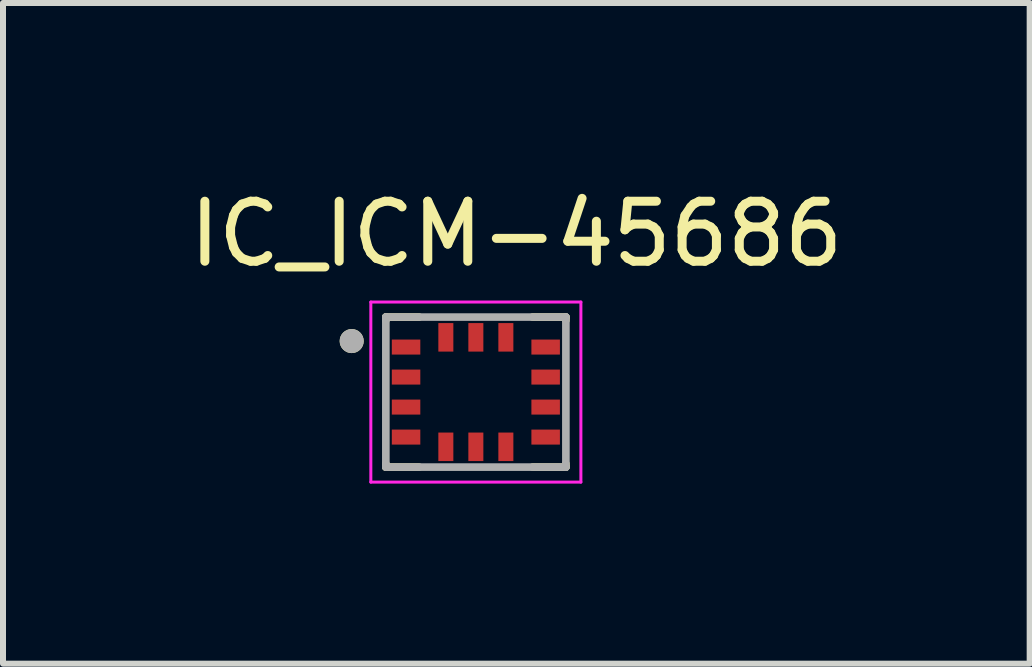
<source format=kicad_pcb>
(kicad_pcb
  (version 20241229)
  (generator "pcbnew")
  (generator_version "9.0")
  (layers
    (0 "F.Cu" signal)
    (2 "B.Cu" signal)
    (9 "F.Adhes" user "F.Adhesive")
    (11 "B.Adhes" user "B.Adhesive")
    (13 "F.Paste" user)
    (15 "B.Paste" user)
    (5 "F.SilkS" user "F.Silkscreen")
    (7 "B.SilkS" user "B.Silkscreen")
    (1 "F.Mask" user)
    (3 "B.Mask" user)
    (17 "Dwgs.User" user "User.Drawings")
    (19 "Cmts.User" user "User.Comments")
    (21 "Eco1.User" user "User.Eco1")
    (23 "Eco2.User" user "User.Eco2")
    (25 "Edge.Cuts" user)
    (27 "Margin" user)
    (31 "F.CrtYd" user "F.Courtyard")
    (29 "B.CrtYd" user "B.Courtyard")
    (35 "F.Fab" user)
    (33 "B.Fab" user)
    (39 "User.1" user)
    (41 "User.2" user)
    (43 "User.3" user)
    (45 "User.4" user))
  (footprint "IC_ICM-45686"
    (layer "F.Cu")
    (at 4.879 3.483)
    (property "Reference" "IC_ICM-45686" (at 0.675 -2.635 0) (layer "F.SilkS") (effects (font (size 1 1) (thickness 0.15))))
    (attr smd)
    (fp_poly (pts (xy -1.45 -0.925) (xy -0.875 -0.925) (xy -0.875 -0.575) (xy -1.45 -0.575)) (stroke (width 0.01) (type solid)) (fill yes) (layer "F.Mask"))
    (fp_poly (pts (xy -1.45 -0.425) (xy -0.875 -0.425) (xy -0.875 -0.075) (xy -1.45 -0.075)) (stroke (width 0.01) (type solid)) (fill yes) (layer "F.Mask"))
    (fp_poly (pts (xy -1.45 0.075) (xy -0.875 0.075) (xy -0.875 0.425) (xy -1.45 0.425)) (stroke (width 0.01) (type solid)) (fill yes) (layer "F.Mask"))
    (fp_poly (pts (xy -1.45 0.575) (xy -0.875 0.575) (xy -0.875 0.925) (xy -1.45 0.925)) (stroke (width 0.01) (type solid)) (fill yes) (layer "F.Mask"))
    (fp_poly (pts (xy -0.675 -1.2) (xy -0.325 -1.2) (xy -0.325 -0.625) (xy -0.675 -0.625)) (stroke (width 0.01) (type solid)) (fill yes) (layer "F.Mask"))
    (fp_poly (pts (xy -0.675 0.625) (xy -0.325 0.625) (xy -0.325 1.2) (xy -0.675 1.2)) (stroke (width 0.01) (type solid)) (fill yes) (layer "F.Mask"))
    (fp_poly (pts (xy -0.175 -1.2) (xy 0.175 -1.2) (xy 0.175 -0.625) (xy -0.175 -0.625)) (stroke (width 0.01) (type solid)) (fill yes) (layer "F.Mask"))
    (fp_poly (pts (xy -0.175 0.625) (xy 0.175 0.625) (xy 0.175 1.2) (xy -0.175 1.2)) (stroke (width 0.01) (type solid)) (fill yes) (layer "F.Mask"))
    (fp_poly (pts (xy 0.325 -1.2) (xy 0.675 -1.2) (xy 0.675 -0.625) (xy 0.325 -0.625)) (stroke (width 0.01) (type solid)) (fill yes) (layer "F.Mask"))
    (fp_poly (pts (xy 0.325 0.625) (xy 0.675 0.625) (xy 0.675 1.2) (xy 0.325 1.2)) (stroke (width 0.01) (type solid)) (fill yes) (layer "F.Mask"))
    (fp_poly (pts (xy 0.875 -0.925) (xy 1.45 -0.925) (xy 1.45 -0.575) (xy 0.875 -0.575)) (stroke (width 0.01) (type solid)) (fill yes) (layer "F.Mask"))
    (fp_poly (pts (xy 0.875 -0.425) (xy 1.45 -0.425) (xy 1.45 -0.075) (xy 0.875 -0.075)) (stroke (width 0.01) (type solid)) (fill yes) (layer "F.Mask"))
    (fp_poly (pts (xy 0.875 0.075) (xy 1.45 0.075) (xy 1.45 0.425) (xy 0.875 0.425)) (stroke (width 0.01) (type solid)) (fill yes) (layer "F.Mask"))
    (fp_poly (pts (xy 0.875 0.575) (xy 1.45 0.575) (xy 1.45 0.925) (xy 0.875 0.925)) (stroke (width 0.01) (type solid)) (fill yes) (layer "F.Mask"))
    (fp_line (start -1.5 -1.25) (end -1.5 -1.195) (stroke (width 0.127) (type solid)) (layer "F.SilkS"))
    (fp_line (start -1.5 -1.25) (end -0.945 -1.25) (stroke (width 0.127) (type solid)) (layer "F.SilkS"))
    (fp_line (start -1.5 1.25) (end -1.5 1.195) (stroke (width 0.127) (type solid)) (layer "F.SilkS"))
    (fp_line (start -0.945 1.25) (end -1.5 1.25) (stroke (width 0.127) (type solid)) (layer "F.SilkS"))
    (fp_line (start 0.945 -1.25) (end 1.5 -1.25) (stroke (width 0.127) (type solid)) (layer "F.SilkS"))
    (fp_line (start 1.5 -1.25) (end 1.5 -1.195) (stroke (width 0.127) (type solid)) (layer "F.SilkS"))
    (fp_line (start 1.5 1.25) (end 0.945 1.25) (stroke (width 0.127) (type solid)) (layer "F.SilkS"))
    (fp_line (start 1.5 1.25) (end 1.5 1.195) (stroke (width 0.127) (type solid)) (layer "F.SilkS"))
    (fp_circle (center -2.069 -0.85) (end -1.969 -0.85) (stroke (width 0.2) (type solid)) (fill no) (layer "F.SilkS"))
    (fp_line (start -1.75 -1.5) (end -1.75 1.5) (stroke (width 0.05) (type solid)) (layer "F.CrtYd"))
    (fp_line (start -1.75 1.5) (end 1.75 1.5) (stroke (width 0.05) (type solid)) (layer "F.CrtYd"))
    (fp_line (start 1.75 -1.5) (end -1.75 -1.5) (stroke (width 0.05) (type solid)) (layer "F.CrtYd"))
    (fp_line (start 1.75 1.5) (end 1.75 -1.5) (stroke (width 0.05) (type solid)) (layer "F.CrtYd"))
    (fp_line (start -1.5 -1.25) (end 1.5 -1.25) (stroke (width 0.127) (type solid)) (layer "F.Fab"))
    (fp_line (start -1.5 1.25) (end -1.5 -1.25) (stroke (width 0.127) (type solid)) (layer "F.Fab"))
    (fp_line (start 1.5 -1.25) (end 1.5 1.25) (stroke (width 0.127) (type solid)) (layer "F.Fab"))
    (fp_line (start 1.5 1.25) (end -1.5 1.25) (stroke (width 0.127) (type solid)) (layer "F.Fab"))
    (fp_circle (center -2.069 -0.85) (end -1.969 -0.85) (stroke (width 0.2) (type solid)) (fill no) (layer "F.Fab"))
    (pad "1" smd rect (at -1.163 -0.75) (size 0.475 0.25) (layers "F.Cu" "F.Paste"))
    (pad "2" smd rect (at -1.163 -0.25) (size 0.475 0.25) (layers "F.Cu" "F.Paste"))
    (pad "3" smd rect (at -1.163 0.25) (size 0.475 0.25) (layers "F.Cu" "F.Paste"))
    (pad "4" smd rect (at -1.163 0.75) (size 0.475 0.25) (layers "F.Cu" "F.Paste"))
    (pad "5" smd rect (at -0.5 0.912) (size 0.25 0.475) (layers "F.Cu" "F.Paste"))
    (pad "6" smd rect (at 0 0.912) (size 0.25 0.475) (layers "F.Cu" "F.Paste"))
    (pad "7" smd rect (at 0.5 0.912) (size 0.25 0.475) (layers "F.Cu" "F.Paste"))
    (pad "8" smd rect (at 1.163 0.75) (size 0.475 0.25) (layers "F.Cu" "F.Paste"))
    (pad "9" smd rect (at 1.163 0.25) (size 0.475 0.25) (layers "F.Cu" "F.Paste"))
    (pad "10" smd rect (at 1.163 -0.25) (size 0.475 0.25) (layers "F.Cu" "F.Paste"))
    (pad "11" smd rect (at 1.163 -0.75) (size 0.475 0.25) (layers "F.Cu" "F.Paste"))
    (pad "12" smd rect (at 0.5 -0.912) (size 0.25 0.475) (layers "F.Cu" "F.Paste"))
    (pad "13" smd rect (at 0 -0.912) (size 0.25 0.475) (layers "F.Cu" "F.Paste"))
    (pad "14" smd rect (at -0.5 -0.912) (size 0.25 0.475) (layers "F.Cu" "F.Paste"))
    (zone (net_name "") (layer "F.Cu") (hatch full 0.508) (connect_pads) (min_thickness 0.01) (filled_areas_thickness no) (keepout (tracks not_allowed) (vias not_allowed) (pads not_allowed) (copperpour not_allowed) (footprints allowed)) (placement (enabled no)) (fill) (polygon (pts (xy 3.979 2.833) (xy 5.779 2.833) (xy 5.779 4.133) (xy 3.979 4.133))))
    (zone (net_name "") (layers "F.Cu" "B.Cu") (hatch full 0.508) (connect_pads) (min_thickness 0.01) (filled_areas_thickness no) (keepout (tracks allowed) (vias not_allowed) (pads allowed) (copperpour allowed) (footprints allowed)) (placement (enabled no)) (fill) (polygon (pts (xy 3.979 2.833) (xy 5.779 2.833) (xy 5.779 4.133) (xy 3.979 4.133)))))
  (gr_rect
    (start -3 -3)
    (end 14.107 8.008)
    (stroke (width 0.1) (type default))
    (fill no)
    (layer "Edge.Cuts")))
</source>
